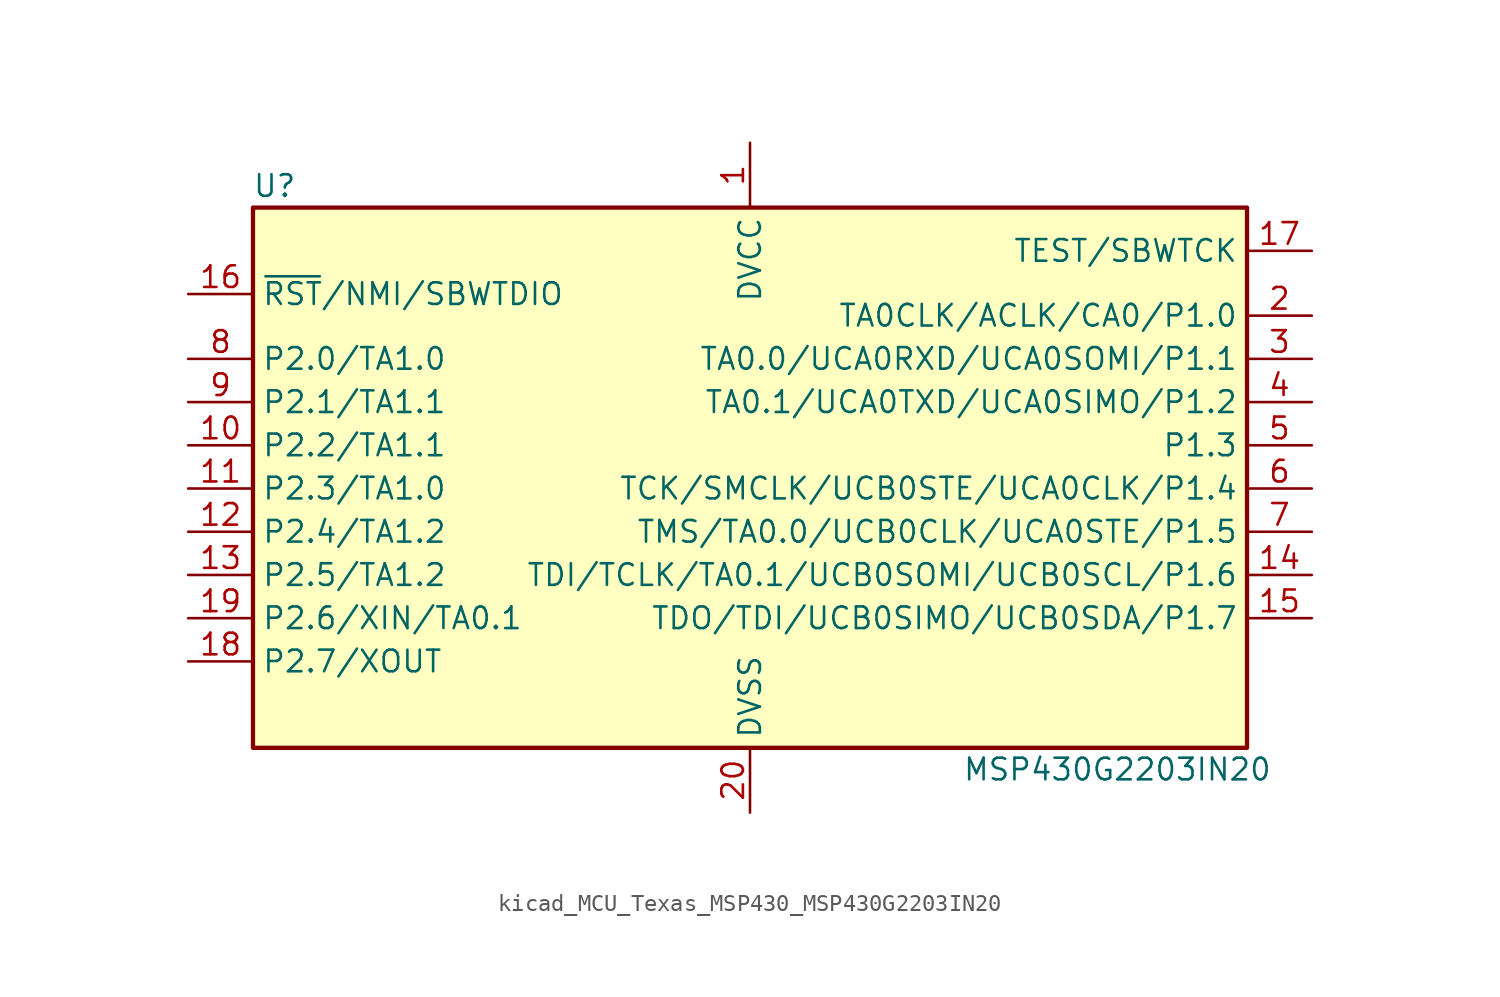
<source format=kicad_sym>
(kicad_symbol_lib
  (version 20220914)
  (generator kicad_symbol_editor)
  (symbol "kicad_MCU_Texas_MSP430_MSP430G2203IN20"
    (property "Reference" "U"
      (at -27.94 17.78 0)
      (effects (font (size 1.27 1.27))))
    (property "Value" "MSP430G2203IN20"
      (at 21.59 -16.51 0)
      (effects (font (size 1.27 1.27))))
    (symbol "kicad_MCU_Texas_MSP430_MSP430G2203IN20_0_1"
      (rectangle (start -29.21 16.51) (end 29.21 -15.24) (stroke (width 0.254) (type default)) (fill (type background))))
    (symbol "kicad_MCU_Texas_MSP430_MSP430G2203IN20_1_1"
      (pin power_in line (at 0 20.32 270) (length 3.81) (name "DVCC" (effects (font (size 1.27 1.27)))) (number "1" (effects (font (size 1.27 1.27)))))
      (pin bidirectional line (at -33.02 2.54 0) (length 3.81) (name "P2.2/TA1.1" (effects (font (size 1.27 1.27)))) (number "10" (effects (font (size 1.27 1.27)))))
      (pin bidirectional line (at -33.02 0 0) (length 3.81) (name "P2.3/TA1.0" (effects (font (size 1.27 1.27)))) (number "11" (effects (font (size 1.27 1.27)))))
      (pin bidirectional line (at -33.02 -2.54 0) (length 3.81) (name "P2.4/TA1.2" (effects (font (size 1.27 1.27)))) (number "12" (effects (font (size 1.27 1.27)))))
      (pin bidirectional line (at -33.02 -5.08 0) (length 3.81) (name "P2.5/TA1.2" (effects (font (size 1.27 1.27)))) (number "13" (effects (font (size 1.27 1.27)))))
      (pin bidirectional line (at 33.02 -5.08 180) (length 3.81) (name "TDI/TCLK/TA0.1/UCB0SOMI/UCB0SCL/P1.6" (effects (font (size 1.27 1.27)))) (number "14" (effects (font (size 1.27 1.27)))))
      (pin bidirectional line (at 33.02 -7.62 180) (length 3.81) (name "TDO/TDI/UCB0SIMO/UCB0SDA/P1.7" (effects (font (size 1.27 1.27)))) (number "15" (effects (font (size 1.27 1.27)))))
      (pin input line (at -33.02 11.43 0) (length 3.81) (name "~{RST}/NMI/SBWTDIO" (effects (font (size 1.27 1.27)))) (number "16" (effects (font (size 1.27 1.27)))))
      (pin input line (at 33.02 13.97 180) (length 3.81) (name "TEST/SBWTCK" (effects (font (size 1.27 1.27)))) (number "17" (effects (font (size 1.27 1.27)))))
      (pin bidirectional line (at -33.02 -10.16 0) (length 3.81) (name "P2.7/XOUT" (effects (font (size 1.27 1.27)))) (number "18" (effects (font (size 1.27 1.27)))))
      (pin bidirectional line (at -33.02 -7.62 0) (length 3.81) (name "P2.6/XIN/TA0.1" (effects (font (size 1.27 1.27)))) (number "19" (effects (font (size 1.27 1.27)))))
      (pin bidirectional line (at 33.02 10.16 180) (length 3.81) (name "TA0CLK/ACLK/CA0/P1.0" (effects (font (size 1.27 1.27)))) (number "2" (effects (font (size 1.27 1.27)))))
      (pin power_in line (at 0 -19.05 90) (length 3.81) (name "DVSS" (effects (font (size 1.27 1.27)))) (number "20" (effects (font (size 1.27 1.27)))))
      (pin bidirectional line (at 33.02 7.62 180) (length 3.81) (name "TA0.0/UCA0RXD/UCA0SOMI/P1.1" (effects (font (size 1.27 1.27)))) (number "3" (effects (font (size 1.27 1.27)))))
      (pin bidirectional line (at 33.02 5.08 180) (length 3.81) (name "TA0.1/UCA0TXD/UCA0SIMO/P1.2" (effects (font (size 1.27 1.27)))) (number "4" (effects (font (size 1.27 1.27)))))
      (pin bidirectional line (at 33.02 2.54 180) (length 3.81) (name "P1.3" (effects (font (size 1.27 1.27)))) (number "5" (effects (font (size 1.27 1.27)))))
      (pin bidirectional line (at 33.02 0 180) (length 3.81) (name "TCK/SMCLK/UCB0STE/UCA0CLK/P1.4" (effects (font (size 1.27 1.27)))) (number "6" (effects (font (size 1.27 1.27)))))
      (pin bidirectional line (at 33.02 -2.54 180) (length 3.81) (name "TMS/TA0.0/UCB0CLK/UCA0STE/P1.5" (effects (font (size 1.27 1.27)))) (number "7" (effects (font (size 1.27 1.27)))))
      (pin bidirectional line (at -33.02 7.62 0) (length 3.81) (name "P2.0/TA1.0" (effects (font (size 1.27 1.27)))) (number "8" (effects (font (size 1.27 1.27)))))
      (pin bidirectional line (at -33.02 5.08 0) (length 3.81) (name "P2.1/TA1.1" (effects (font (size 1.27 1.27)))) (number "9" (effects (font (size 1.27 1.27))))))))
</source>
